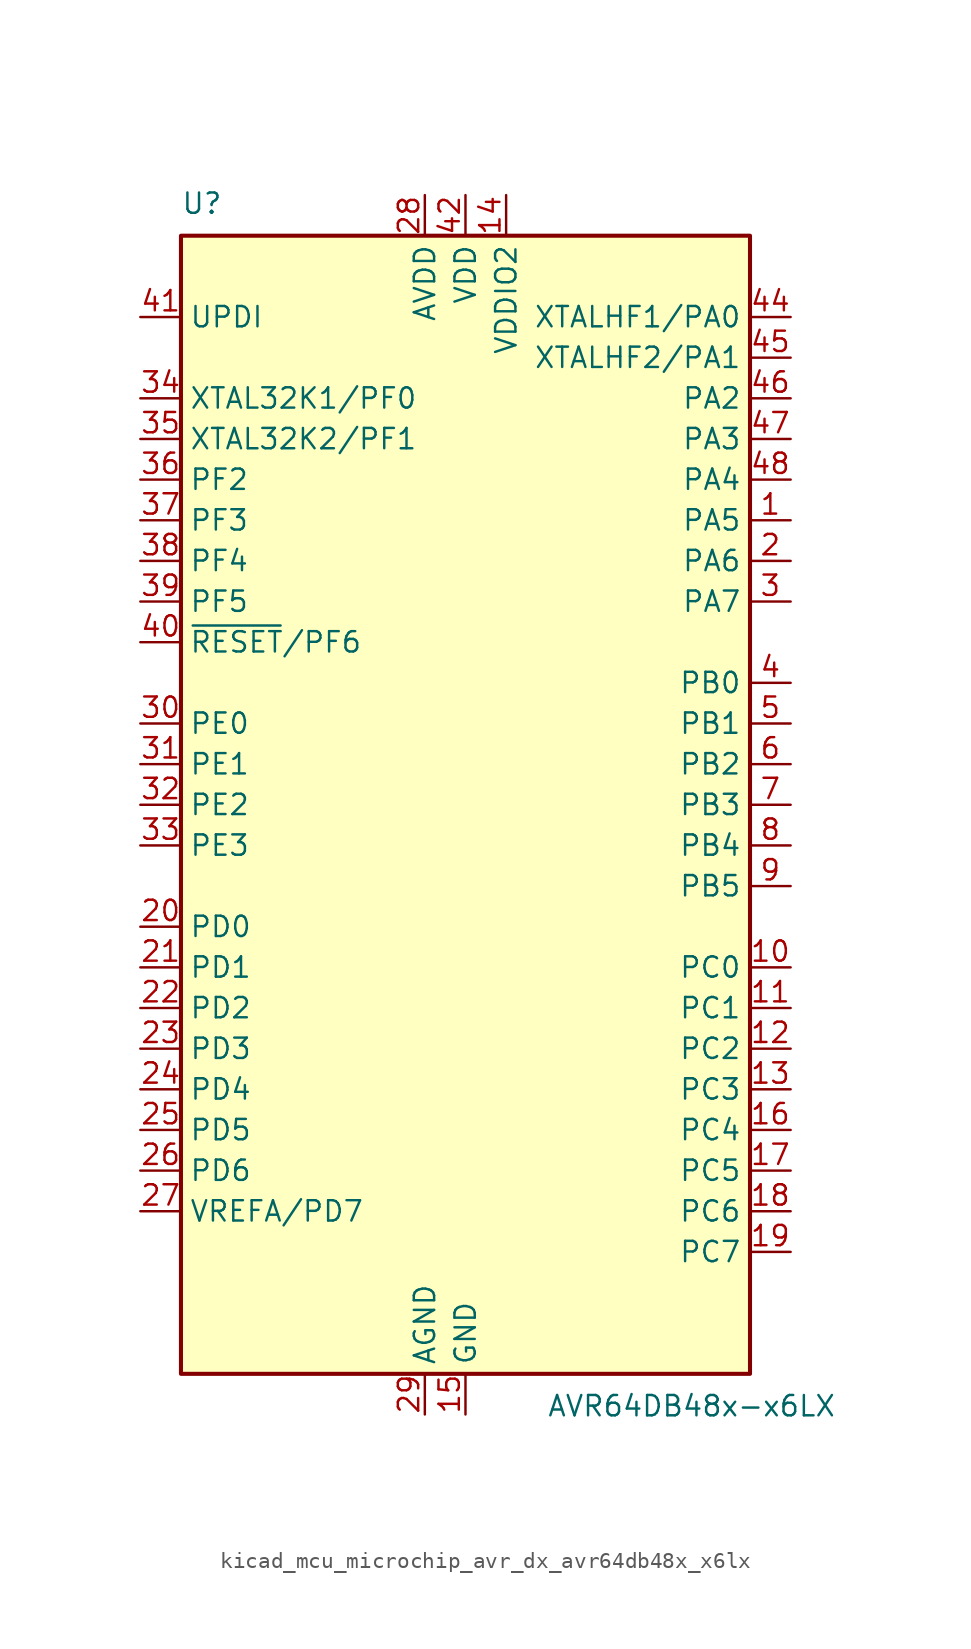
<source format=kicad_sym>
(kicad_symbol_lib
  (version 20220914)
  (generator kicad_symbol_editor)
  (symbol "kicad_mcu_microchip_avr_dx_avr64db48x_x6lx"
    (property "Reference" "U"
      (at -17.78 36.83 0)
      (effects (font (size 1.27 1.27)) (justify left bottom)))
    (property "Value" "AVR64DB48x-x6LX"
      (at 5.08 -36.83 0)
      (effects (font (size 1.27 1.27)) (justify left top)))
    (symbol "kicad_mcu_microchip_avr_dx_avr64db48x_x6lx_0_1"
      (rectangle (start -17.78 35.56) (end 17.78 -35.56) (stroke (width 0.254) (type default)) (fill (type background))))
    (symbol "kicad_mcu_microchip_avr_dx_avr64db48x_x6lx_1_1"
      (pin bidirectional line (at 20.32 17.78 180) (length 2.54) (name "PA5" (effects (font (size 1.27 1.27)))) (number "1" (effects (font (size 1.27 1.27)))))
      (pin bidirectional line (at 20.32 -10.16 180) (length 2.54) (name "PC0" (effects (font (size 1.27 1.27)))) (number "10" (effects (font (size 1.27 1.27)))))
      (pin bidirectional line (at 20.32 -12.7 180) (length 2.54) (name "PC1" (effects (font (size 1.27 1.27)))) (number "11" (effects (font (size 1.27 1.27)))))
      (pin bidirectional line (at 20.32 -15.24 180) (length 2.54) (name "PC2" (effects (font (size 1.27 1.27)))) (number "12" (effects (font (size 1.27 1.27)))))
      (pin bidirectional line (at 20.32 -17.78 180) (length 2.54) (name "PC3" (effects (font (size 1.27 1.27)))) (number "13" (effects (font (size 1.27 1.27)))))
      (pin power_in line (at 2.54 38.1 270) (length 2.54) (name "VDDIO2" (effects (font (size 1.27 1.27)))) (number "14" (effects (font (size 1.27 1.27)))))
      (pin power_in line (at 0 -38.1 90) (length 2.54) (name "GND" (effects (font (size 1.27 1.27)))) (number "15" (effects (font (size 1.27 1.27)))))
      (pin bidirectional line (at 20.32 -20.32 180) (length 2.54) (name "PC4" (effects (font (size 1.27 1.27)))) (number "16" (effects (font (size 1.27 1.27)))))
      (pin bidirectional line (at 20.32 -22.86 180) (length 2.54) (name "PC5" (effects (font (size 1.27 1.27)))) (number "17" (effects (font (size 1.27 1.27)))))
      (pin bidirectional line (at 20.32 -25.4 180) (length 2.54) (name "PC6" (effects (font (size 1.27 1.27)))) (number "18" (effects (font (size 1.27 1.27)))))
      (pin bidirectional line (at 20.32 -27.94 180) (length 2.54) (name "PC7" (effects (font (size 1.27 1.27)))) (number "19" (effects (font (size 1.27 1.27)))))
      (pin bidirectional line (at 20.32 15.24 180) (length 2.54) (name "PA6" (effects (font (size 1.27 1.27)))) (number "2" (effects (font (size 1.27 1.27)))))
      (pin bidirectional line (at -20.32 -7.62 0) (length 2.54) (name "PD0" (effects (font (size 1.27 1.27)))) (number "20" (effects (font (size 1.27 1.27)))))
      (pin bidirectional line (at -20.32 -10.16 0) (length 2.54) (name "PD1" (effects (font (size 1.27 1.27)))) (number "21" (effects (font (size 1.27 1.27)))))
      (pin bidirectional line (at -20.32 -12.7 0) (length 2.54) (name "PD2" (effects (font (size 1.27 1.27)))) (number "22" (effects (font (size 1.27 1.27)))))
      (pin bidirectional line (at -20.32 -15.24 0) (length 2.54) (name "PD3" (effects (font (size 1.27 1.27)))) (number "23" (effects (font (size 1.27 1.27)))))
      (pin bidirectional line (at -20.32 -17.78 0) (length 2.54) (name "PD4" (effects (font (size 1.27 1.27)))) (number "24" (effects (font (size 1.27 1.27)))))
      (pin bidirectional line (at -20.32 -20.32 0) (length 2.54) (name "PD5" (effects (font (size 1.27 1.27)))) (number "25" (effects (font (size 1.27 1.27)))))
      (pin bidirectional line (at -20.32 -22.86 0) (length 2.54) (name "PD6" (effects (font (size 1.27 1.27)))) (number "26" (effects (font (size 1.27 1.27)))))
      (pin bidirectional line (at -20.32 -25.4 0) (length 2.54) (name "VREFA/PD7" (effects (font (size 1.27 1.27)))) (number "27" (effects (font (size 1.27 1.27)))))
      (pin power_in line (at -2.54 38.1 270) (length 2.54) (name "AVDD" (effects (font (size 1.27 1.27)))) (number "28" (effects (font (size 1.27 1.27)))))
      (pin power_in line (at -2.54 -38.1 90) (length 2.54) (name "AGND" (effects (font (size 1.27 1.27)))) (number "29" (effects (font (size 1.27 1.27)))))
      (pin bidirectional line (at 20.32 12.7 180) (length 2.54) (name "PA7" (effects (font (size 1.27 1.27)))) (number "3" (effects (font (size 1.27 1.27)))))
      (pin bidirectional line (at -20.32 5.08 0) (length 2.54) (name "PE0" (effects (font (size 1.27 1.27)))) (number "30" (effects (font (size 1.27 1.27)))))
      (pin bidirectional line (at -20.32 2.54 0) (length 2.54) (name "PE1" (effects (font (size 1.27 1.27)))) (number "31" (effects (font (size 1.27 1.27)))))
      (pin bidirectional line (at -20.32 0 0) (length 2.54) (name "PE2" (effects (font (size 1.27 1.27)))) (number "32" (effects (font (size 1.27 1.27)))))
      (pin bidirectional line (at -20.32 -2.54 0) (length 2.54) (name "PE3" (effects (font (size 1.27 1.27)))) (number "33" (effects (font (size 1.27 1.27)))))
      (pin bidirectional line (at -20.32 25.4 0) (length 2.54) (name "XTAL32K1/PF0" (effects (font (size 1.27 1.27)))) (number "34" (effects (font (size 1.27 1.27)))))
      (pin bidirectional line (at -20.32 22.86 0) (length 2.54) (name "XTAL32K2/PF1" (effects (font (size 1.27 1.27)))) (number "35" (effects (font (size 1.27 1.27)))))
      (pin bidirectional line (at -20.32 20.32 0) (length 2.54) (name "PF2" (effects (font (size 1.27 1.27)))) (number "36" (effects (font (size 1.27 1.27)))))
      (pin bidirectional line (at -20.32 17.78 0) (length 2.54) (name "PF3" (effects (font (size 1.27 1.27)))) (number "37" (effects (font (size 1.27 1.27)))))
      (pin bidirectional line (at -20.32 15.24 0) (length 2.54) (name "PF4" (effects (font (size 1.27 1.27)))) (number "38" (effects (font (size 1.27 1.27)))))
      (pin bidirectional line (at -20.32 12.7 0) (length 2.54) (name "PF5" (effects (font (size 1.27 1.27)))) (number "39" (effects (font (size 1.27 1.27)))))
      (pin bidirectional line (at 20.32 7.62 180) (length 2.54) (name "PB0" (effects (font (size 1.27 1.27)))) (number "4" (effects (font (size 1.27 1.27)))))
      (pin bidirectional line (at -20.32 10.16 0) (length 2.54) (name "~{RESET}/PF6" (effects (font (size 1.27 1.27)))) (number "40" (effects (font (size 1.27 1.27)))))
      (pin input line (at -20.32 30.48 0) (length 2.54) (name "UPDI" (effects (font (size 1.27 1.27)))) (number "41" (effects (font (size 1.27 1.27)))))
      (pin power_in line (at 0 38.1 270) (length 2.54) (name "VDD" (effects (font (size 1.27 1.27)))) (number "42" (effects (font (size 1.27 1.27)))))
      (pin passive line (at 0 -38.1 90) (length 2.54) hide (name "GND" (effects (font (size 1.27 1.27)))) (number "43" (effects (font (size 1.27 1.27)))))
      (pin bidirectional line (at 20.32 30.48 180) (length 2.54) (name "XTALHF1/PA0" (effects (font (size 1.27 1.27)))) (number "44" (effects (font (size 1.27 1.27)))))
      (pin bidirectional line (at 20.32 27.94 180) (length 2.54) (name "XTALHF2/PA1" (effects (font (size 1.27 1.27)))) (number "45" (effects (font (size 1.27 1.27)))))
      (pin bidirectional line (at 20.32 25.4 180) (length 2.54) (name "PA2" (effects (font (size 1.27 1.27)))) (number "46" (effects (font (size 1.27 1.27)))))
      (pin bidirectional line (at 20.32 22.86 180) (length 2.54) (name "PA3" (effects (font (size 1.27 1.27)))) (number "47" (effects (font (size 1.27 1.27)))))
      (pin bidirectional line (at 20.32 20.32 180) (length 2.54) (name "PA4" (effects (font (size 1.27 1.27)))) (number "48" (effects (font (size 1.27 1.27)))))
      (pin passive line (at 0 -38.1 90) (length 2.54) hide (name "GND" (effects (font (size 1.27 1.27)))) (number "49" (effects (font (size 1.27 1.27)))))
      (pin bidirectional line (at 20.32 5.08 180) (length 2.54) (name "PB1" (effects (font (size 1.27 1.27)))) (number "5" (effects (font (size 1.27 1.27)))))
      (pin bidirectional line (at 20.32 2.54 180) (length 2.54) (name "PB2" (effects (font (size 1.27 1.27)))) (number "6" (effects (font (size 1.27 1.27)))))
      (pin bidirectional line (at 20.32 0 180) (length 2.54) (name "PB3" (effects (font (size 1.27 1.27)))) (number "7" (effects (font (size 1.27 1.27)))))
      (pin bidirectional line (at 20.32 -2.54 180) (length 2.54) (name "PB4" (effects (font (size 1.27 1.27)))) (number "8" (effects (font (size 1.27 1.27)))))
      (pin bidirectional line (at 20.32 -5.08 180) (length 2.54) (name "PB5" (effects (font (size 1.27 1.27)))) (number "9" (effects (font (size 1.27 1.27))))))))
</source>
